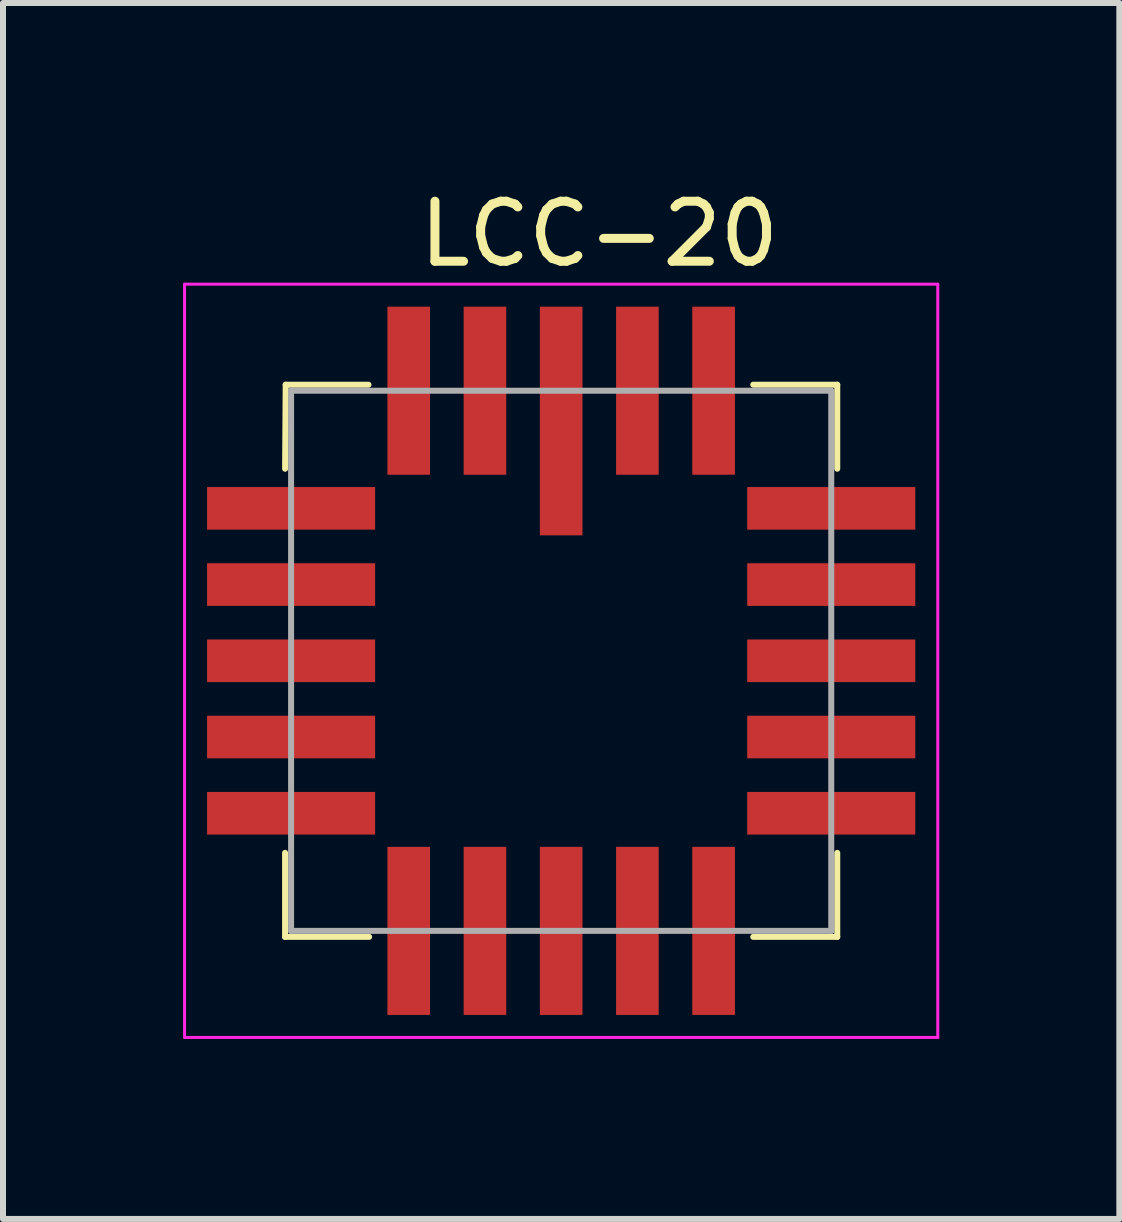
<source format=kicad_pcb>
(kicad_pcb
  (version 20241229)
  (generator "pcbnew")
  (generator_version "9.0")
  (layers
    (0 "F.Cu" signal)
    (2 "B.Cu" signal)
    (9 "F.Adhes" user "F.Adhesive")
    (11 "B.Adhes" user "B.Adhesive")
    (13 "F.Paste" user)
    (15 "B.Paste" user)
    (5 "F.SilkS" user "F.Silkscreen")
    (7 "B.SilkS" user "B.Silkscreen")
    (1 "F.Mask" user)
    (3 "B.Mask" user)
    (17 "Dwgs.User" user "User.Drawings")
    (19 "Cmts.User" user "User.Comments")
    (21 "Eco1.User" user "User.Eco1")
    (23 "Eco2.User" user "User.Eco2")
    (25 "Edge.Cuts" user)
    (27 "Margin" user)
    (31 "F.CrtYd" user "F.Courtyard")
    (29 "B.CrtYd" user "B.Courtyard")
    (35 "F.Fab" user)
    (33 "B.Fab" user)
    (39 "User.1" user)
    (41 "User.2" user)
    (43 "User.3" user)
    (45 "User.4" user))
  (footprint "LCC-20"
    (layer "F.Cu")
    (at 6.3 7.96)
    (property "Reference" "LCC-20" (at 0.635 -7.112 0) (layer "F.SilkS") (effects (font (size 1 1) (thickness 0.15))))
    (attr through_hole)
    (fp_line (start -4.6 -3.2) (end -4.59 -4.6) (stroke (width 0.1) (type solid)) (layer "F.SilkS"))
    (fp_line (start -4.6 4.6) (end -4.6 3.2) (stroke (width 0.1) (type solid)) (layer "F.SilkS"))
    (fp_line (start -4.59 -4.6) (end -3.21 -4.6) (stroke (width 0.1) (type solid)) (layer "F.SilkS"))
    (fp_line (start -3.2 4.6) (end -4.6 4.6) (stroke (width 0.1) (type solid)) (layer "F.SilkS"))
    (fp_line (start 3.2 -4.6) (end 4.6 -4.6) (stroke (width 0.1) (type solid)) (layer "F.SilkS"))
    (fp_line (start 4.6 -4.6) (end 4.6 -3.2) (stroke (width 0.1) (type solid)) (layer "F.SilkS"))
    (fp_line (start 4.6 3.2) (end 4.6 4.6) (stroke (width 0.1) (type solid)) (layer "F.SilkS"))
    (fp_line (start 4.6 4.6) (end 3.2 4.6) (stroke (width 0.1) (type solid)) (layer "F.SilkS"))
    (fp_line (start -6.275 -6.275) (end 6.275 -6.275) (stroke (width 0.05) (type solid)) (layer "F.CrtYd"))
    (fp_line (start -6.275 6.275) (end -6.275 -6.275) (stroke (width 0.05) (type solid)) (layer "F.CrtYd"))
    (fp_line (start 6.275 -6.275) (end 6.275 6.275) (stroke (width 0.05) (type solid)) (layer "F.CrtYd"))
    (fp_line (start 6.275 6.275) (end -6.275 6.275) (stroke (width 0.05) (type solid)) (layer "F.CrtYd"))
    (fp_line (start -4.5 -4.5) (end 4.5 -4.5) (stroke (width 0.1) (type solid)) (layer "F.Fab"))
    (fp_line (start -4.5 4.5) (end -4.5 -4.5) (stroke (width 0.1) (type solid)) (layer "F.Fab"))
    (fp_line (start 4.5 -4.5) (end 4.5 4.5) (stroke (width 0.1) (type solid)) (layer "F.Fab"))
    (fp_line (start 4.5 4.5) (end -4.5 4.5) (stroke (width 0.1) (type solid)) (layer "F.Fab"))
    (pad "1" smd rect (at 0 -4.5 90) (size 3.81 0.71) (drill (offset -0.505 0)) (layers "F.Cu" "F.Mask" "F.Paste"))
    (pad "2" smd rect (at -1.27 -4.5 90) (size 2.8 0.71) (layers "F.Cu" "F.Mask" "F.Paste"))
    (pad "3" smd rect (at -2.54 -4.5 90) (size 2.8 0.71) (layers "F.Cu" "F.Mask" "F.Paste"))
    (pad "4" smd rect (at -4.5 -2.54 180) (size 2.8 0.71) (layers "F.Cu" "F.Mask" "F.Paste"))
    (pad "5" smd rect (at -4.5 -1.27 180) (size 2.8 0.71) (layers "F.Cu" "F.Mask" "F.Paste"))
    (pad "6" smd rect (at -4.5 0 180) (size 2.8 0.71) (layers "F.Cu" "F.Mask" "F.Paste"))
    (pad "7" smd rect (at -4.5 1.27 180) (size 2.8 0.71) (layers "F.Cu" "F.Mask" "F.Paste"))
    (pad "8" smd rect (at -4.5 2.54 180) (size 2.8 0.71) (layers "F.Cu" "F.Mask" "F.Paste"))
    (pad "9" smd rect (at -2.54 4.5 90) (size 2.8 0.71) (layers "F.Cu" "F.Mask" "F.Paste"))
    (pad "10" smd rect (at -1.27 4.5 90) (size 2.8 0.71) (layers "F.Cu" "F.Mask" "F.Paste"))
    (pad "11" smd rect (at 0 4.5 90) (size 2.8 0.71) (layers "F.Cu" "F.Mask" "F.Paste"))
    (pad "12" smd rect (at 1.27 4.5 90) (size 2.8 0.71) (layers "F.Cu" "F.Mask" "F.Paste"))
    (pad "13" smd rect (at 2.54 4.5 90) (size 2.8 0.71) (layers "F.Cu" "F.Mask" "F.Paste"))
    (pad "14" smd rect (at 4.5 2.54 180) (size 2.8 0.71) (layers "F.Cu" "F.Mask" "F.Paste"))
    (pad "15" smd rect (at 4.5 1.27 180) (size 2.8 0.71) (layers "F.Cu" "F.Mask" "F.Paste"))
    (pad "16" smd rect (at 4.5 0 180) (size 2.8 0.71) (layers "F.Cu" "F.Mask" "F.Paste"))
    (pad "17" smd rect (at 4.5 -1.27 180) (size 2.8 0.71) (layers "F.Cu" "F.Mask" "F.Paste"))
    (pad "18" smd rect (at 4.5 -2.54 180) (size 2.8 0.71) (layers "F.Cu" "F.Mask" "F.Paste"))
    (pad "19" smd rect (at 2.54 -4.5 90) (size 2.8 0.71) (layers "F.Cu" "F.Mask" "F.Paste"))
    (pad "20" smd rect (at 1.27 -4.5 90) (size 2.8 0.71) (layers "F.Cu" "F.Mask" "F.Paste")))
  (gr_rect
    (start -3 -3)
    (end 15.6 17.26)
    (stroke (width 0.1) (type default))
    (fill no)
    (layer "Edge.Cuts")))
</source>
